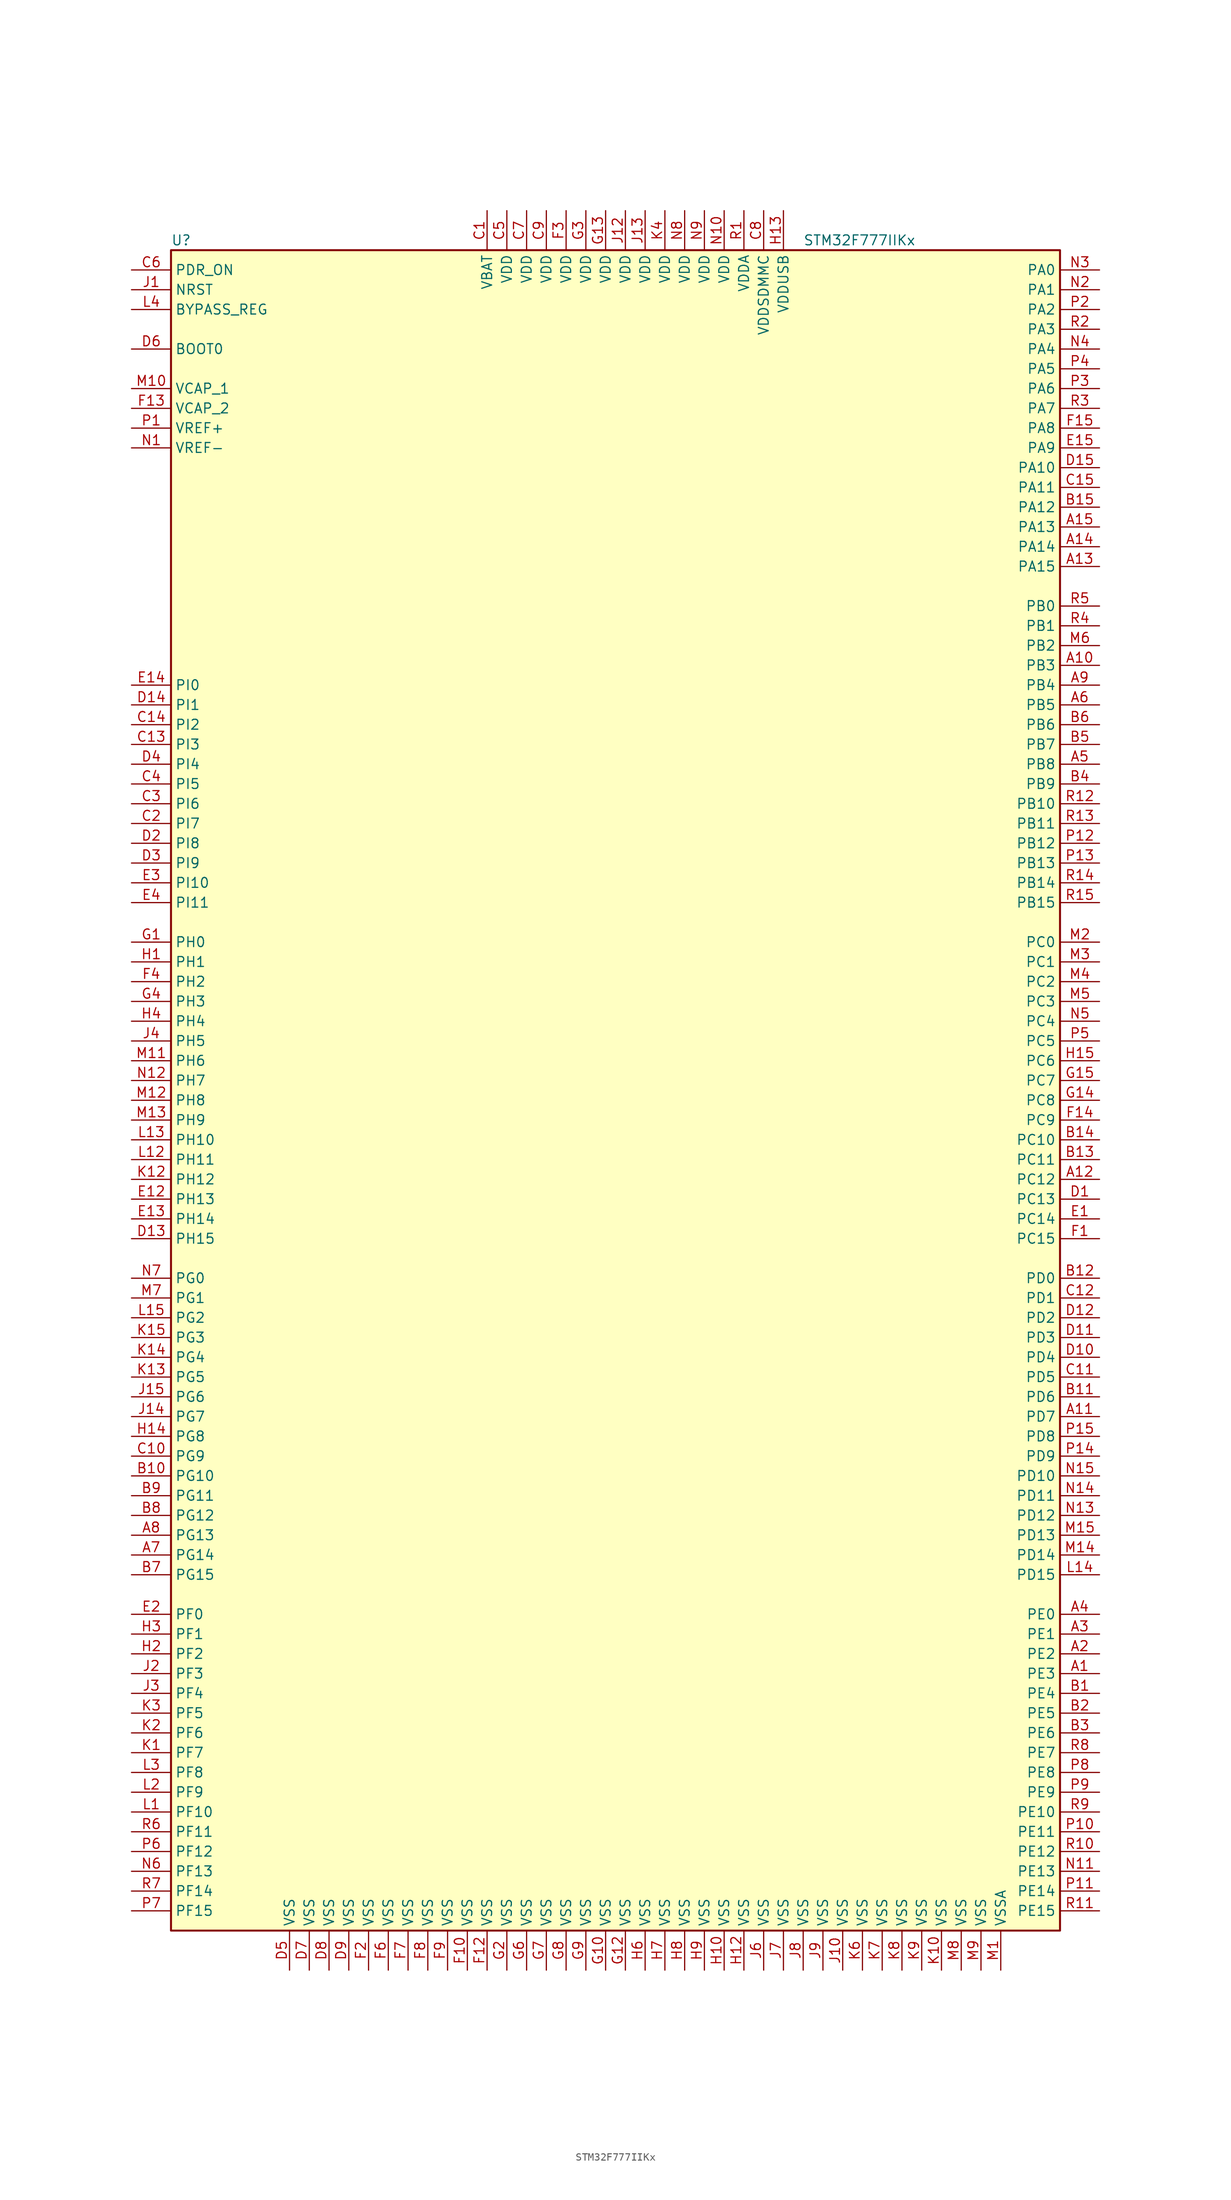
<source format=kicad_sym>
(kicad_symbol_lib
  (version 20201005)
  (generator kicad_symbol_editor)
  (symbol "STM32F777IIKx"
    (property "Reference" "U"
      (at -58.42 107.95 0)
      (effects (font (size 1.27 1.27)) (justify left)))
    (property "Value" "STM32F777IIKx"
      (at 22.86 107.95 0)
      (effects (font (size 1.27 1.27)) (justify left)))
    (symbol "STM32F777IIKx_0_1"
      (rectangle (start -58.42 -109.22) (end 55.88 106.68) (stroke (width 0.254)) (fill (type background))))
    (symbol "STM32F777IIKx_1_1"
      (pin bidirectional line (at 60.96 -76.2 180) (length 5.08) (name "PE3" (effects (font (size 1.27 1.27)))) (number "A1" (effects (font (size 1.27 1.27)))))
      (pin bidirectional line (at 60.96 53.34 180) (length 5.08) (name "PB3" (effects (font (size 1.27 1.27)))) (number "A10" (effects (font (size 1.27 1.27)))))
      (pin bidirectional line (at 60.96 -43.18 180) (length 5.08) (name "PD7" (effects (font (size 1.27 1.27)))) (number "A11" (effects (font (size 1.27 1.27)))))
      (pin bidirectional line (at 60.96 -12.7 180) (length 5.08) (name "PC12" (effects (font (size 1.27 1.27)))) (number "A12" (effects (font (size 1.27 1.27)))))
      (pin bidirectional line (at 60.96 66.04 180) (length 5.08) (name "PA15" (effects (font (size 1.27 1.27)))) (number "A13" (effects (font (size 1.27 1.27)))))
      (pin bidirectional line (at 60.96 68.58 180) (length 5.08) (name "PA14" (effects (font (size 1.27 1.27)))) (number "A14" (effects (font (size 1.27 1.27)))))
      (pin bidirectional line (at 60.96 71.12 180) (length 5.08) (name "PA13" (effects (font (size 1.27 1.27)))) (number "A15" (effects (font (size 1.27 1.27)))))
      (pin bidirectional line (at 60.96 -73.66 180) (length 5.08) (name "PE2" (effects (font (size 1.27 1.27)))) (number "A2" (effects (font (size 1.27 1.27)))))
      (pin bidirectional line (at 60.96 -71.12 180) (length 5.08) (name "PE1" (effects (font (size 1.27 1.27)))) (number "A3" (effects (font (size 1.27 1.27)))))
      (pin bidirectional line (at 60.96 -68.58 180) (length 5.08) (name "PE0" (effects (font (size 1.27 1.27)))) (number "A4" (effects (font (size 1.27 1.27)))))
      (pin bidirectional line (at 60.96 40.64 180) (length 5.08) (name "PB8" (effects (font (size 1.27 1.27)))) (number "A5" (effects (font (size 1.27 1.27)))))
      (pin bidirectional line (at 60.96 48.26 180) (length 5.08) (name "PB5" (effects (font (size 1.27 1.27)))) (number "A6" (effects (font (size 1.27 1.27)))))
      (pin bidirectional line (at -63.5 -60.96 0) (length 5.08) (name "PG14" (effects (font (size 1.27 1.27)))) (number "A7" (effects (font (size 1.27 1.27)))))
      (pin bidirectional line (at -63.5 -58.42 0) (length 5.08) (name "PG13" (effects (font (size 1.27 1.27)))) (number "A8" (effects (font (size 1.27 1.27)))))
      (pin bidirectional line (at 60.96 50.8 180) (length 5.08) (name "PB4" (effects (font (size 1.27 1.27)))) (number "A9" (effects (font (size 1.27 1.27)))))
      (pin bidirectional line (at 60.96 -78.74 180) (length 5.08) (name "PE4" (effects (font (size 1.27 1.27)))) (number "B1" (effects (font (size 1.27 1.27)))))
      (pin bidirectional line (at -63.5 -50.8 0) (length 5.08) (name "PG10" (effects (font (size 1.27 1.27)))) (number "B10" (effects (font (size 1.27 1.27)))))
      (pin bidirectional line (at 60.96 -40.64 180) (length 5.08) (name "PD6" (effects (font (size 1.27 1.27)))) (number "B11" (effects (font (size 1.27 1.27)))))
      (pin bidirectional line (at 60.96 -25.4 180) (length 5.08) (name "PD0" (effects (font (size 1.27 1.27)))) (number "B12" (effects (font (size 1.27 1.27)))))
      (pin bidirectional line (at 60.96 -10.16 180) (length 5.08) (name "PC11" (effects (font (size 1.27 1.27)))) (number "B13" (effects (font (size 1.27 1.27)))))
      (pin bidirectional line (at 60.96 -7.62 180) (length 5.08) (name "PC10" (effects (font (size 1.27 1.27)))) (number "B14" (effects (font (size 1.27 1.27)))))
      (pin bidirectional line (at 60.96 73.66 180) (length 5.08) (name "PA12" (effects (font (size 1.27 1.27)))) (number "B15" (effects (font (size 1.27 1.27)))))
      (pin bidirectional line (at 60.96 -81.28 180) (length 5.08) (name "PE5" (effects (font (size 1.27 1.27)))) (number "B2" (effects (font (size 1.27 1.27)))))
      (pin bidirectional line (at 60.96 -83.82 180) (length 5.08) (name "PE6" (effects (font (size 1.27 1.27)))) (number "B3" (effects (font (size 1.27 1.27)))))
      (pin bidirectional line (at 60.96 38.1 180) (length 5.08) (name "PB9" (effects (font (size 1.27 1.27)))) (number "B4" (effects (font (size 1.27 1.27)))))
      (pin bidirectional line (at 60.96 43.18 180) (length 5.08) (name "PB7" (effects (font (size 1.27 1.27)))) (number "B5" (effects (font (size 1.27 1.27)))))
      (pin bidirectional line (at 60.96 45.72 180) (length 5.08) (name "PB6" (effects (font (size 1.27 1.27)))) (number "B6" (effects (font (size 1.27 1.27)))))
      (pin bidirectional line (at -63.5 -63.5 0) (length 5.08) (name "PG15" (effects (font (size 1.27 1.27)))) (number "B7" (effects (font (size 1.27 1.27)))))
      (pin bidirectional line (at -63.5 -55.88 0) (length 5.08) (name "PG12" (effects (font (size 1.27 1.27)))) (number "B8" (effects (font (size 1.27 1.27)))))
      (pin bidirectional line (at -63.5 -53.34 0) (length 5.08) (name "PG11" (effects (font (size 1.27 1.27)))) (number "B9" (effects (font (size 1.27 1.27)))))
      (pin power_in line (at -17.78 111.76 270) (length 5.08) (name "VBAT" (effects (font (size 1.27 1.27)))) (number "C1" (effects (font (size 1.27 1.27)))))
      (pin bidirectional line (at -63.5 -48.26 0) (length 5.08) (name "PG9" (effects (font (size 1.27 1.27)))) (number "C10" (effects (font (size 1.27 1.27)))))
      (pin bidirectional line (at 60.96 -38.1 180) (length 5.08) (name "PD5" (effects (font (size 1.27 1.27)))) (number "C11" (effects (font (size 1.27 1.27)))))
      (pin bidirectional line (at 60.96 -27.94 180) (length 5.08) (name "PD1" (effects (font (size 1.27 1.27)))) (number "C12" (effects (font (size 1.27 1.27)))))
      (pin bidirectional line (at -63.5 43.18 0) (length 5.08) (name "PI3" (effects (font (size 1.27 1.27)))) (number "C13" (effects (font (size 1.27 1.27)))))
      (pin bidirectional line (at -63.5 45.72 0) (length 5.08) (name "PI2" (effects (font (size 1.27 1.27)))) (number "C14" (effects (font (size 1.27 1.27)))))
      (pin bidirectional line (at 60.96 76.2 180) (length 5.08) (name "PA11" (effects (font (size 1.27 1.27)))) (number "C15" (effects (font (size 1.27 1.27)))))
      (pin bidirectional line (at -63.5 33.02 0) (length 5.08) (name "PI7" (effects (font (size 1.27 1.27)))) (number "C2" (effects (font (size 1.27 1.27)))))
      (pin bidirectional line (at -63.5 35.56 0) (length 5.08) (name "PI6" (effects (font (size 1.27 1.27)))) (number "C3" (effects (font (size 1.27 1.27)))))
      (pin bidirectional line (at -63.5 38.1 0) (length 5.08) (name "PI5" (effects (font (size 1.27 1.27)))) (number "C4" (effects (font (size 1.27 1.27)))))
      (pin power_in line (at -15.24 111.76 270) (length 5.08) (name "VDD" (effects (font (size 1.27 1.27)))) (number "C5" (effects (font (size 1.27 1.27)))))
      (pin input line (at -63.5 104.14 0) (length 5.08) (name "PDR_ON" (effects (font (size 1.27 1.27)))) (number "C6" (effects (font (size 1.27 1.27)))))
      (pin power_in line (at -12.7 111.76 270) (length 5.08) (name "VDD" (effects (font (size 1.27 1.27)))) (number "C7" (effects (font (size 1.27 1.27)))))
      (pin power_in line (at 17.78 111.76 270) (length 5.08) (name "VDDSDMMC" (effects (font (size 1.27 1.27)))) (number "C8" (effects (font (size 1.27 1.27)))))
      (pin power_in line (at -10.16 111.76 270) (length 5.08) (name "VDD" (effects (font (size 1.27 1.27)))) (number "C9" (effects (font (size 1.27 1.27)))))
      (pin bidirectional line (at 60.96 -15.24 180) (length 5.08) (name "PC13" (effects (font (size 1.27 1.27)))) (number "D1" (effects (font (size 1.27 1.27)))))
      (pin bidirectional line (at 60.96 -35.56 180) (length 5.08) (name "PD4" (effects (font (size 1.27 1.27)))) (number "D10" (effects (font (size 1.27 1.27)))))
      (pin bidirectional line (at 60.96 -33.02 180) (length 5.08) (name "PD3" (effects (font (size 1.27 1.27)))) (number "D11" (effects (font (size 1.27 1.27)))))
      (pin bidirectional line (at 60.96 -30.48 180) (length 5.08) (name "PD2" (effects (font (size 1.27 1.27)))) (number "D12" (effects (font (size 1.27 1.27)))))
      (pin bidirectional line (at -63.5 -20.32 0) (length 5.08) (name "PH15" (effects (font (size 1.27 1.27)))) (number "D13" (effects (font (size 1.27 1.27)))))
      (pin bidirectional line (at -63.5 48.26 0) (length 5.08) (name "PI1" (effects (font (size 1.27 1.27)))) (number "D14" (effects (font (size 1.27 1.27)))))
      (pin bidirectional line (at 60.96 78.74 180) (length 5.08) (name "PA10" (effects (font (size 1.27 1.27)))) (number "D15" (effects (font (size 1.27 1.27)))))
      (pin bidirectional line (at -63.5 30.48 0) (length 5.08) (name "PI8" (effects (font (size 1.27 1.27)))) (number "D2" (effects (font (size 1.27 1.27)))))
      (pin bidirectional line (at -63.5 27.94 0) (length 5.08) (name "PI9" (effects (font (size 1.27 1.27)))) (number "D3" (effects (font (size 1.27 1.27)))))
      (pin bidirectional line (at -63.5 40.64 0) (length 5.08) (name "PI4" (effects (font (size 1.27 1.27)))) (number "D4" (effects (font (size 1.27 1.27)))))
      (pin power_in line (at -43.18 -114.3 90) (length 5.08) (name "VSS" (effects (font (size 1.27 1.27)))) (number "D5" (effects (font (size 1.27 1.27)))))
      (pin input line (at -63.5 93.98 0) (length 5.08) (name "BOOT0" (effects (font (size 1.27 1.27)))) (number "D6" (effects (font (size 1.27 1.27)))))
      (pin power_in line (at -40.64 -114.3 90) (length 5.08) (name "VSS" (effects (font (size 1.27 1.27)))) (number "D7" (effects (font (size 1.27 1.27)))))
      (pin power_in line (at -38.1 -114.3 90) (length 5.08) (name "VSS" (effects (font (size 1.27 1.27)))) (number "D8" (effects (font (size 1.27 1.27)))))
      (pin power_in line (at -35.56 -114.3 90) (length 5.08) (name "VSS" (effects (font (size 1.27 1.27)))) (number "D9" (effects (font (size 1.27 1.27)))))
      (pin bidirectional line (at 60.96 -17.78 180) (length 5.08) (name "PC14" (effects (font (size 1.27 1.27)))) (number "E1" (effects (font (size 1.27 1.27)))))
      (pin bidirectional line (at -63.5 -15.24 0) (length 5.08) (name "PH13" (effects (font (size 1.27 1.27)))) (number "E12" (effects (font (size 1.27 1.27)))))
      (pin bidirectional line (at -63.5 -17.78 0) (length 5.08) (name "PH14" (effects (font (size 1.27 1.27)))) (number "E13" (effects (font (size 1.27 1.27)))))
      (pin bidirectional line (at -63.5 50.8 0) (length 5.08) (name "PI0" (effects (font (size 1.27 1.27)))) (number "E14" (effects (font (size 1.27 1.27)))))
      (pin bidirectional line (at 60.96 81.28 180) (length 5.08) (name "PA9" (effects (font (size 1.27 1.27)))) (number "E15" (effects (font (size 1.27 1.27)))))
      (pin bidirectional line (at -63.5 -68.58 0) (length 5.08) (name "PF0" (effects (font (size 1.27 1.27)))) (number "E2" (effects (font (size 1.27 1.27)))))
      (pin bidirectional line (at -63.5 25.4 0) (length 5.08) (name "PI10" (effects (font (size 1.27 1.27)))) (number "E3" (effects (font (size 1.27 1.27)))))
      (pin bidirectional line (at -63.5 22.86 0) (length 5.08) (name "PI11" (effects (font (size 1.27 1.27)))) (number "E4" (effects (font (size 1.27 1.27)))))
      (pin bidirectional line (at 60.96 -20.32 180) (length 5.08) (name "PC15" (effects (font (size 1.27 1.27)))) (number "F1" (effects (font (size 1.27 1.27)))))
      (pin power_in line (at -20.32 -114.3 90) (length 5.08) (name "VSS" (effects (font (size 1.27 1.27)))) (number "F10" (effects (font (size 1.27 1.27)))))
      (pin power_in line (at -17.78 -114.3 90) (length 5.08) (name "VSS" (effects (font (size 1.27 1.27)))) (number "F12" (effects (font (size 1.27 1.27)))))
      (pin power_in line (at -63.5 86.36 0) (length 5.08) (name "VCAP_2" (effects (font (size 1.27 1.27)))) (number "F13" (effects (font (size 1.27 1.27)))))
      (pin bidirectional line (at 60.96 -5.08 180) (length 5.08) (name "PC9" (effects (font (size 1.27 1.27)))) (number "F14" (effects (font (size 1.27 1.27)))))
      (pin bidirectional line (at 60.96 83.82 180) (length 5.08) (name "PA8" (effects (font (size 1.27 1.27)))) (number "F15" (effects (font (size 1.27 1.27)))))
      (pin power_in line (at -33.02 -114.3 90) (length 5.08) (name "VSS" (effects (font (size 1.27 1.27)))) (number "F2" (effects (font (size 1.27 1.27)))))
      (pin power_in line (at -7.62 111.76 270) (length 5.08) (name "VDD" (effects (font (size 1.27 1.27)))) (number "F3" (effects (font (size 1.27 1.27)))))
      (pin bidirectional line (at -63.5 12.7 0) (length 5.08) (name "PH2" (effects (font (size 1.27 1.27)))) (number "F4" (effects (font (size 1.27 1.27)))))
      (pin power_in line (at -30.48 -114.3 90) (length 5.08) (name "VSS" (effects (font (size 1.27 1.27)))) (number "F6" (effects (font (size 1.27 1.27)))))
      (pin power_in line (at -27.94 -114.3 90) (length 5.08) (name "VSS" (effects (font (size 1.27 1.27)))) (number "F7" (effects (font (size 1.27 1.27)))))
      (pin power_in line (at -25.4 -114.3 90) (length 5.08) (name "VSS" (effects (font (size 1.27 1.27)))) (number "F8" (effects (font (size 1.27 1.27)))))
      (pin power_in line (at -22.86 -114.3 90) (length 5.08) (name "VSS" (effects (font (size 1.27 1.27)))) (number "F9" (effects (font (size 1.27 1.27)))))
      (pin input line (at -63.5 17.78 0) (length 5.08) (name "PH0" (effects (font (size 1.27 1.27)))) (number "G1" (effects (font (size 1.27 1.27)))))
      (pin power_in line (at -2.54 -114.3 90) (length 5.08) (name "VSS" (effects (font (size 1.27 1.27)))) (number "G10" (effects (font (size 1.27 1.27)))))
      (pin power_in line (at 0 -114.3 90) (length 5.08) (name "VSS" (effects (font (size 1.27 1.27)))) (number "G12" (effects (font (size 1.27 1.27)))))
      (pin power_in line (at -2.54 111.76 270) (length 5.08) (name "VDD" (effects (font (size 1.27 1.27)))) (number "G13" (effects (font (size 1.27 1.27)))))
      (pin bidirectional line (at 60.96 -2.54 180) (length 5.08) (name "PC8" (effects (font (size 1.27 1.27)))) (number "G14" (effects (font (size 1.27 1.27)))))
      (pin bidirectional line (at 60.96 0 180) (length 5.08) (name "PC7" (effects (font (size 1.27 1.27)))) (number "G15" (effects (font (size 1.27 1.27)))))
      (pin power_in line (at -15.24 -114.3 90) (length 5.08) (name "VSS" (effects (font (size 1.27 1.27)))) (number "G2" (effects (font (size 1.27 1.27)))))
      (pin power_in line (at -5.08 111.76 270) (length 5.08) (name "VDD" (effects (font (size 1.27 1.27)))) (number "G3" (effects (font (size 1.27 1.27)))))
      (pin bidirectional line (at -63.5 10.16 0) (length 5.08) (name "PH3" (effects (font (size 1.27 1.27)))) (number "G4" (effects (font (size 1.27 1.27)))))
      (pin power_in line (at -12.7 -114.3 90) (length 5.08) (name "VSS" (effects (font (size 1.27 1.27)))) (number "G6" (effects (font (size 1.27 1.27)))))
      (pin power_in line (at -10.16 -114.3 90) (length 5.08) (name "VSS" (effects (font (size 1.27 1.27)))) (number "G7" (effects (font (size 1.27 1.27)))))
      (pin power_in line (at -7.62 -114.3 90) (length 5.08) (name "VSS" (effects (font (size 1.27 1.27)))) (number "G8" (effects (font (size 1.27 1.27)))))
      (pin power_in line (at -5.08 -114.3 90) (length 5.08) (name "VSS" (effects (font (size 1.27 1.27)))) (number "G9" (effects (font (size 1.27 1.27)))))
      (pin input line (at -63.5 15.24 0) (length 5.08) (name "PH1" (effects (font (size 1.27 1.27)))) (number "H1" (effects (font (size 1.27 1.27)))))
      (pin power_in line (at 12.7 -114.3 90) (length 5.08) (name "VSS" (effects (font (size 1.27 1.27)))) (number "H10" (effects (font (size 1.27 1.27)))))
      (pin power_in line (at 15.24 -114.3 90) (length 5.08) (name "VSS" (effects (font (size 1.27 1.27)))) (number "H12" (effects (font (size 1.27 1.27)))))
      (pin power_in line (at 20.32 111.76 270) (length 5.08) (name "VDDUSB" (effects (font (size 1.27 1.27)))) (number "H13" (effects (font (size 1.27 1.27)))))
      (pin bidirectional line (at -63.5 -45.72 0) (length 5.08) (name "PG8" (effects (font (size 1.27 1.27)))) (number "H14" (effects (font (size 1.27 1.27)))))
      (pin bidirectional line (at 60.96 2.54 180) (length 5.08) (name "PC6" (effects (font (size 1.27 1.27)))) (number "H15" (effects (font (size 1.27 1.27)))))
      (pin bidirectional line (at -63.5 -73.66 0) (length 5.08) (name "PF2" (effects (font (size 1.27 1.27)))) (number "H2" (effects (font (size 1.27 1.27)))))
      (pin bidirectional line (at -63.5 -71.12 0) (length 5.08) (name "PF1" (effects (font (size 1.27 1.27)))) (number "H3" (effects (font (size 1.27 1.27)))))
      (pin bidirectional line (at -63.5 7.62 0) (length 5.08) (name "PH4" (effects (font (size 1.27 1.27)))) (number "H4" (effects (font (size 1.27 1.27)))))
      (pin power_in line (at 2.54 -114.3 90) (length 5.08) (name "VSS" (effects (font (size 1.27 1.27)))) (number "H6" (effects (font (size 1.27 1.27)))))
      (pin power_in line (at 5.08 -114.3 90) (length 5.08) (name "VSS" (effects (font (size 1.27 1.27)))) (number "H7" (effects (font (size 1.27 1.27)))))
      (pin power_in line (at 7.62 -114.3 90) (length 5.08) (name "VSS" (effects (font (size 1.27 1.27)))) (number "H8" (effects (font (size 1.27 1.27)))))
      (pin power_in line (at 10.16 -114.3 90) (length 5.08) (name "VSS" (effects (font (size 1.27 1.27)))) (number "H9" (effects (font (size 1.27 1.27)))))
      (pin input line (at -63.5 101.6 0) (length 5.08) (name "NRST" (effects (font (size 1.27 1.27)))) (number "J1" (effects (font (size 1.27 1.27)))))
      (pin power_in line (at 27.94 -114.3 90) (length 5.08) (name "VSS" (effects (font (size 1.27 1.27)))) (number "J10" (effects (font (size 1.27 1.27)))))
      (pin power_in line (at 0 111.76 270) (length 5.08) (name "VDD" (effects (font (size 1.27 1.27)))) (number "J12" (effects (font (size 1.27 1.27)))))
      (pin power_in line (at 2.54 111.76 270) (length 5.08) (name "VDD" (effects (font (size 1.27 1.27)))) (number "J13" (effects (font (size 1.27 1.27)))))
      (pin bidirectional line (at -63.5 -43.18 0) (length 5.08) (name "PG7" (effects (font (size 1.27 1.27)))) (number "J14" (effects (font (size 1.27 1.27)))))
      (pin bidirectional line (at -63.5 -40.64 0) (length 5.08) (name "PG6" (effects (font (size 1.27 1.27)))) (number "J15" (effects (font (size 1.27 1.27)))))
      (pin bidirectional line (at -63.5 -76.2 0) (length 5.08) (name "PF3" (effects (font (size 1.27 1.27)))) (number "J2" (effects (font (size 1.27 1.27)))))
      (pin bidirectional line (at -63.5 -78.74 0) (length 5.08) (name "PF4" (effects (font (size 1.27 1.27)))) (number "J3" (effects (font (size 1.27 1.27)))))
      (pin bidirectional line (at -63.5 5.08 0) (length 5.08) (name "PH5" (effects (font (size 1.27 1.27)))) (number "J4" (effects (font (size 1.27 1.27)))))
      (pin power_in line (at 17.78 -114.3 90) (length 5.08) (name "VSS" (effects (font (size 1.27 1.27)))) (number "J6" (effects (font (size 1.27 1.27)))))
      (pin power_in line (at 20.32 -114.3 90) (length 5.08) (name "VSS" (effects (font (size 1.27 1.27)))) (number "J7" (effects (font (size 1.27 1.27)))))
      (pin power_in line (at 22.86 -114.3 90) (length 5.08) (name "VSS" (effects (font (size 1.27 1.27)))) (number "J8" (effects (font (size 1.27 1.27)))))
      (pin power_in line (at 25.4 -114.3 90) (length 5.08) (name "VSS" (effects (font (size 1.27 1.27)))) (number "J9" (effects (font (size 1.27 1.27)))))
      (pin bidirectional line (at -63.5 -86.36 0) (length 5.08) (name "PF7" (effects (font (size 1.27 1.27)))) (number "K1" (effects (font (size 1.27 1.27)))))
      (pin power_in line (at 40.64 -114.3 90) (length 5.08) (name "VSS" (effects (font (size 1.27 1.27)))) (number "K10" (effects (font (size 1.27 1.27)))))
      (pin bidirectional line (at -63.5 -12.7 0) (length 5.08) (name "PH12" (effects (font (size 1.27 1.27)))) (number "K12" (effects (font (size 1.27 1.27)))))
      (pin bidirectional line (at -63.5 -38.1 0) (length 5.08) (name "PG5" (effects (font (size 1.27 1.27)))) (number "K13" (effects (font (size 1.27 1.27)))))
      (pin bidirectional line (at -63.5 -35.56 0) (length 5.08) (name "PG4" (effects (font (size 1.27 1.27)))) (number "K14" (effects (font (size 1.27 1.27)))))
      (pin bidirectional line (at -63.5 -33.02 0) (length 5.08) (name "PG3" (effects (font (size 1.27 1.27)))) (number "K15" (effects (font (size 1.27 1.27)))))
      (pin bidirectional line (at -63.5 -83.82 0) (length 5.08) (name "PF6" (effects (font (size 1.27 1.27)))) (number "K2" (effects (font (size 1.27 1.27)))))
      (pin bidirectional line (at -63.5 -81.28 0) (length 5.08) (name "PF5" (effects (font (size 1.27 1.27)))) (number "K3" (effects (font (size 1.27 1.27)))))
      (pin power_in line (at 5.08 111.76 270) (length 5.08) (name "VDD" (effects (font (size 1.27 1.27)))) (number "K4" (effects (font (size 1.27 1.27)))))
      (pin power_in line (at 30.48 -114.3 90) (length 5.08) (name "VSS" (effects (font (size 1.27 1.27)))) (number "K6" (effects (font (size 1.27 1.27)))))
      (pin power_in line (at 33.02 -114.3 90) (length 5.08) (name "VSS" (effects (font (size 1.27 1.27)))) (number "K7" (effects (font (size 1.27 1.27)))))
      (pin power_in line (at 35.56 -114.3 90) (length 5.08) (name "VSS" (effects (font (size 1.27 1.27)))) (number "K8" (effects (font (size 1.27 1.27)))))
      (pin power_in line (at 38.1 -114.3 90) (length 5.08) (name "VSS" (effects (font (size 1.27 1.27)))) (number "K9" (effects (font (size 1.27 1.27)))))
      (pin bidirectional line (at -63.5 -93.98 0) (length 5.08) (name "PF10" (effects (font (size 1.27 1.27)))) (number "L1" (effects (font (size 1.27 1.27)))))
      (pin bidirectional line (at -63.5 -10.16 0) (length 5.08) (name "PH11" (effects (font (size 1.27 1.27)))) (number "L12" (effects (font (size 1.27 1.27)))))
      (pin bidirectional line (at -63.5 -7.62 0) (length 5.08) (name "PH10" (effects (font (size 1.27 1.27)))) (number "L13" (effects (font (size 1.27 1.27)))))
      (pin bidirectional line (at 60.96 -63.5 180) (length 5.08) (name "PD15" (effects (font (size 1.27 1.27)))) (number "L14" (effects (font (size 1.27 1.27)))))
      (pin bidirectional line (at -63.5 -30.48 0) (length 5.08) (name "PG2" (effects (font (size 1.27 1.27)))) (number "L15" (effects (font (size 1.27 1.27)))))
      (pin bidirectional line (at -63.5 -91.44 0) (length 5.08) (name "PF9" (effects (font (size 1.27 1.27)))) (number "L2" (effects (font (size 1.27 1.27)))))
      (pin bidirectional line (at -63.5 -88.9 0) (length 5.08) (name "PF8" (effects (font (size 1.27 1.27)))) (number "L3" (effects (font (size 1.27 1.27)))))
      (pin input line (at -63.5 99.06 0) (length 5.08) (name "BYPASS_REG" (effects (font (size 1.27 1.27)))) (number "L4" (effects (font (size 1.27 1.27)))))
      (pin power_in line (at 48.26 -114.3 90) (length 5.08) (name "VSSA" (effects (font (size 1.27 1.27)))) (number "M1" (effects (font (size 1.27 1.27)))))
      (pin power_in line (at -63.5 88.9 0) (length 5.08) (name "VCAP_1" (effects (font (size 1.27 1.27)))) (number "M10" (effects (font (size 1.27 1.27)))))
      (pin bidirectional line (at -63.5 2.54 0) (length 5.08) (name "PH6" (effects (font (size 1.27 1.27)))) (number "M11" (effects (font (size 1.27 1.27)))))
      (pin bidirectional line (at -63.5 -2.54 0) (length 5.08) (name "PH8" (effects (font (size 1.27 1.27)))) (number "M12" (effects (font (size 1.27 1.27)))))
      (pin bidirectional line (at -63.5 -5.08 0) (length 5.08) (name "PH9" (effects (font (size 1.27 1.27)))) (number "M13" (effects (font (size 1.27 1.27)))))
      (pin bidirectional line (at 60.96 -60.96 180) (length 5.08) (name "PD14" (effects (font (size 1.27 1.27)))) (number "M14" (effects (font (size 1.27 1.27)))))
      (pin bidirectional line (at 60.96 -58.42 180) (length 5.08) (name "PD13" (effects (font (size 1.27 1.27)))) (number "M15" (effects (font (size 1.27 1.27)))))
      (pin bidirectional line (at 60.96 17.78 180) (length 5.08) (name "PC0" (effects (font (size 1.27 1.27)))) (number "M2" (effects (font (size 1.27 1.27)))))
      (pin bidirectional line (at 60.96 15.24 180) (length 5.08) (name "PC1" (effects (font (size 1.27 1.27)))) (number "M3" (effects (font (size 1.27 1.27)))))
      (pin bidirectional line (at 60.96 12.7 180) (length 5.08) (name "PC2" (effects (font (size 1.27 1.27)))) (number "M4" (effects (font (size 1.27 1.27)))))
      (pin bidirectional line (at 60.96 10.16 180) (length 5.08) (name "PC3" (effects (font (size 1.27 1.27)))) (number "M5" (effects (font (size 1.27 1.27)))))
      (pin bidirectional line (at 60.96 55.88 180) (length 5.08) (name "PB2" (effects (font (size 1.27 1.27)))) (number "M6" (effects (font (size 1.27 1.27)))))
      (pin bidirectional line (at -63.5 -27.94 0) (length 5.08) (name "PG1" (effects (font (size 1.27 1.27)))) (number "M7" (effects (font (size 1.27 1.27)))))
      (pin power_in line (at 43.18 -114.3 90) (length 5.08) (name "VSS" (effects (font (size 1.27 1.27)))) (number "M8" (effects (font (size 1.27 1.27)))))
      (pin power_in line (at 45.72 -114.3 90) (length 5.08) (name "VSS" (effects (font (size 1.27 1.27)))) (number "M9" (effects (font (size 1.27 1.27)))))
      (pin power_in line (at -63.5 81.28 0) (length 5.08) (name "VREF-" (effects (font (size 1.27 1.27)))) (number "N1" (effects (font (size 1.27 1.27)))))
      (pin power_in line (at 12.7 111.76 270) (length 5.08) (name "VDD" (effects (font (size 1.27 1.27)))) (number "N10" (effects (font (size 1.27 1.27)))))
      (pin bidirectional line (at 60.96 -101.6 180) (length 5.08) (name "PE13" (effects (font (size 1.27 1.27)))) (number "N11" (effects (font (size 1.27 1.27)))))
      (pin bidirectional line (at -63.5 0 0) (length 5.08) (name "PH7" (effects (font (size 1.27 1.27)))) (number "N12" (effects (font (size 1.27 1.27)))))
      (pin bidirectional line (at 60.96 -55.88 180) (length 5.08) (name "PD12" (effects (font (size 1.27 1.27)))) (number "N13" (effects (font (size 1.27 1.27)))))
      (pin bidirectional line (at 60.96 -53.34 180) (length 5.08) (name "PD11" (effects (font (size 1.27 1.27)))) (number "N14" (effects (font (size 1.27 1.27)))))
      (pin bidirectional line (at 60.96 -50.8 180) (length 5.08) (name "PD10" (effects (font (size 1.27 1.27)))) (number "N15" (effects (font (size 1.27 1.27)))))
      (pin bidirectional line (at 60.96 101.6 180) (length 5.08) (name "PA1" (effects (font (size 1.27 1.27)))) (number "N2" (effects (font (size 1.27 1.27)))))
      (pin bidirectional line (at 60.96 104.14 180) (length 5.08) (name "PA0" (effects (font (size 1.27 1.27)))) (number "N3" (effects (font (size 1.27 1.27)))))
      (pin bidirectional line (at 60.96 93.98 180) (length 5.08) (name "PA4" (effects (font (size 1.27 1.27)))) (number "N4" (effects (font (size 1.27 1.27)))))
      (pin bidirectional line (at 60.96 7.62 180) (length 5.08) (name "PC4" (effects (font (size 1.27 1.27)))) (number "N5" (effects (font (size 1.27 1.27)))))
      (pin bidirectional line (at -63.5 -101.6 0) (length 5.08) (name "PF13" (effects (font (size 1.27 1.27)))) (number "N6" (effects (font (size 1.27 1.27)))))
      (pin bidirectional line (at -63.5 -25.4 0) (length 5.08) (name "PG0" (effects (font (size 1.27 1.27)))) (number "N7" (effects (font (size 1.27 1.27)))))
      (pin power_in line (at 7.62 111.76 270) (length 5.08) (name "VDD" (effects (font (size 1.27 1.27)))) (number "N8" (effects (font (size 1.27 1.27)))))
      (pin power_in line (at 10.16 111.76 270) (length 5.08) (name "VDD" (effects (font (size 1.27 1.27)))) (number "N9" (effects (font (size 1.27 1.27)))))
      (pin power_in line (at -63.5 83.82 0) (length 5.08) (name "VREF+" (effects (font (size 1.27 1.27)))) (number "P1" (effects (font (size 1.27 1.27)))))
      (pin bidirectional line (at 60.96 -96.52 180) (length 5.08) (name "PE11" (effects (font (size 1.27 1.27)))) (number "P10" (effects (font (size 1.27 1.27)))))
      (pin bidirectional line (at 60.96 -104.14 180) (length 5.08) (name "PE14" (effects (font (size 1.27 1.27)))) (number "P11" (effects (font (size 1.27 1.27)))))
      (pin bidirectional line (at 60.96 30.48 180) (length 5.08) (name "PB12" (effects (font (size 1.27 1.27)))) (number "P12" (effects (font (size 1.27 1.27)))))
      (pin bidirectional line (at 60.96 27.94 180) (length 5.08) (name "PB13" (effects (font (size 1.27 1.27)))) (number "P13" (effects (font (size 1.27 1.27)))))
      (pin bidirectional line (at 60.96 -48.26 180) (length 5.08) (name "PD9" (effects (font (size 1.27 1.27)))) (number "P14" (effects (font (size 1.27 1.27)))))
      (pin bidirectional line (at 60.96 -45.72 180) (length 5.08) (name "PD8" (effects (font (size 1.27 1.27)))) (number "P15" (effects (font (size 1.27 1.27)))))
      (pin bidirectional line (at 60.96 99.06 180) (length 5.08) (name "PA2" (effects (font (size 1.27 1.27)))) (number "P2" (effects (font (size 1.27 1.27)))))
      (pin bidirectional line (at 60.96 88.9 180) (length 5.08) (name "PA6" (effects (font (size 1.27 1.27)))) (number "P3" (effects (font (size 1.27 1.27)))))
      (pin bidirectional line (at 60.96 91.44 180) (length 5.08) (name "PA5" (effects (font (size 1.27 1.27)))) (number "P4" (effects (font (size 1.27 1.27)))))
      (pin bidirectional line (at 60.96 5.08 180) (length 5.08) (name "PC5" (effects (font (size 1.27 1.27)))) (number "P5" (effects (font (size 1.27 1.27)))))
      (pin bidirectional line (at -63.5 -99.06 0) (length 5.08) (name "PF12" (effects (font (size 1.27 1.27)))) (number "P6" (effects (font (size 1.27 1.27)))))
      (pin bidirectional line (at -63.5 -106.68 0) (length 5.08) (name "PF15" (effects (font (size 1.27 1.27)))) (number "P7" (effects (font (size 1.27 1.27)))))
      (pin bidirectional line (at 60.96 -88.9 180) (length 5.08) (name "PE8" (effects (font (size 1.27 1.27)))) (number "P8" (effects (font (size 1.27 1.27)))))
      (pin bidirectional line (at 60.96 -91.44 180) (length 5.08) (name "PE9" (effects (font (size 1.27 1.27)))) (number "P9" (effects (font (size 1.27 1.27)))))
      (pin power_in line (at 15.24 111.76 270) (length 5.08) (name "VDDA" (effects (font (size 1.27 1.27)))) (number "R1" (effects (font (size 1.27 1.27)))))
      (pin bidirectional line (at 60.96 -99.06 180) (length 5.08) (name "PE12" (effects (font (size 1.27 1.27)))) (number "R10" (effects (font (size 1.27 1.27)))))
      (pin bidirectional line (at 60.96 -106.68 180) (length 5.08) (name "PE15" (effects (font (size 1.27 1.27)))) (number "R11" (effects (font (size 1.27 1.27)))))
      (pin bidirectional line (at 60.96 35.56 180) (length 5.08) (name "PB10" (effects (font (size 1.27 1.27)))) (number "R12" (effects (font (size 1.27 1.27)))))
      (pin bidirectional line (at 60.96 33.02 180) (length 5.08) (name "PB11" (effects (font (size 1.27 1.27)))) (number "R13" (effects (font (size 1.27 1.27)))))
      (pin bidirectional line (at 60.96 25.4 180) (length 5.08) (name "PB14" (effects (font (size 1.27 1.27)))) (number "R14" (effects (font (size 1.27 1.27)))))
      (pin bidirectional line (at 60.96 22.86 180) (length 5.08) (name "PB15" (effects (font (size 1.27 1.27)))) (number "R15" (effects (font (size 1.27 1.27)))))
      (pin bidirectional line (at 60.96 96.52 180) (length 5.08) (name "PA3" (effects (font (size 1.27 1.27)))) (number "R2" (effects (font (size 1.27 1.27)))))
      (pin bidirectional line (at 60.96 86.36 180) (length 5.08) (name "PA7" (effects (font (size 1.27 1.27)))) (number "R3" (effects (font (size 1.27 1.27)))))
      (pin bidirectional line (at 60.96 58.42 180) (length 5.08) (name "PB1" (effects (font (size 1.27 1.27)))) (number "R4" (effects (font (size 1.27 1.27)))))
      (pin bidirectional line (at 60.96 60.96 180) (length 5.08) (name "PB0" (effects (font (size 1.27 1.27)))) (number "R5" (effects (font (size 1.27 1.27)))))
      (pin bidirectional line (at -63.5 -96.52 0) (length 5.08) (name "PF11" (effects (font (size 1.27 1.27)))) (number "R6" (effects (font (size 1.27 1.27)))))
      (pin bidirectional line (at -63.5 -104.14 0) (length 5.08) (name "PF14" (effects (font (size 1.27 1.27)))) (number "R7" (effects (font (size 1.27 1.27)))))
      (pin bidirectional line (at 60.96 -86.36 180) (length 5.08) (name "PE7" (effects (font (size 1.27 1.27)))) (number "R8" (effects (font (size 1.27 1.27)))))
      (pin bidirectional line (at 60.96 -93.98 180) (length 5.08) (name "PE10" (effects (font (size 1.27 1.27)))) (number "R9" (effects (font (size 1.27 1.27))))))))
</source>
